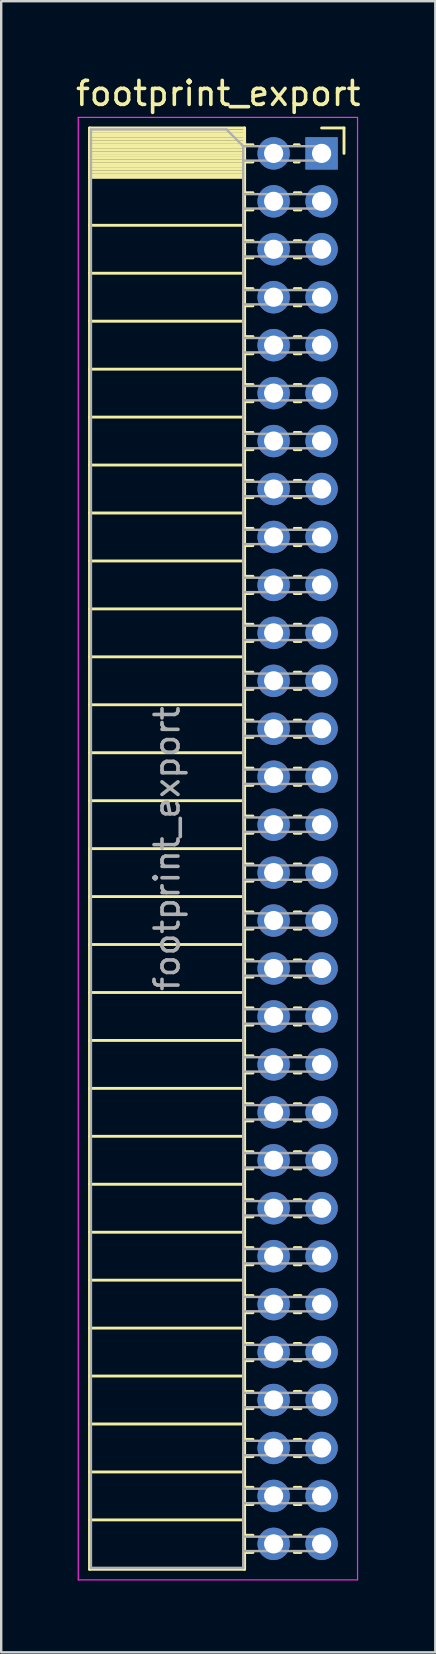
<source format=kicad_pcb>
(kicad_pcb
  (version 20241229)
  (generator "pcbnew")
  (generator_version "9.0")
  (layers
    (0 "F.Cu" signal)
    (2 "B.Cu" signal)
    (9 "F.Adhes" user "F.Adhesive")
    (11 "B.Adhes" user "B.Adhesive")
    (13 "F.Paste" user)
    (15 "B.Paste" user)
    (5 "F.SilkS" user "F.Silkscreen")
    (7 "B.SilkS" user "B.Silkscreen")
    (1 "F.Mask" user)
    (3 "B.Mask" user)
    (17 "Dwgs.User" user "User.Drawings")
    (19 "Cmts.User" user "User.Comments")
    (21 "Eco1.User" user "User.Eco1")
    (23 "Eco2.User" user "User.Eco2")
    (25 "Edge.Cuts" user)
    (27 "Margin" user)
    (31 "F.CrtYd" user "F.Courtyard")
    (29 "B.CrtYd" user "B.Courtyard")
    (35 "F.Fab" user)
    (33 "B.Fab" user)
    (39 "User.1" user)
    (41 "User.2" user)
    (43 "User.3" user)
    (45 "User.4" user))
  (footprint "footprint_export"
    (layer "F.Cu")
    (at 10.364 3.348)
    (property "Reference" "footprint_export" (at -4.31 -2.5 0) (layer "F.SilkS") (effects (font (size 1 1) (thickness 0.15))))
    (attr through_hole)
    (fp_line (start -9.68 -1.06) (end -9.68 59.06) (stroke (width 0.12) (type solid)) (layer "F.SilkS"))
    (fp_line (start -9.68 -1.06) (end -3.21 -1.06) (stroke (width 0.12) (type solid)) (layer "F.SilkS"))
    (fp_line (start -9.68 -0.94) (end -3.21 -0.94) (stroke (width 0.12) (type solid)) (layer "F.SilkS"))
    (fp_line (start -9.68 -0.826) (end -3.21 -0.826) (stroke (width 0.12) (type solid)) (layer "F.SilkS"))
    (fp_line (start -9.68 -0.712) (end -3.21 -0.712) (stroke (width 0.12) (type solid)) (layer "F.SilkS"))
    (fp_line (start -9.68 -0.598) (end -3.21 -0.598) (stroke (width 0.12) (type solid)) (layer "F.SilkS"))
    (fp_line (start -9.68 -0.484) (end -3.21 -0.484) (stroke (width 0.12) (type solid)) (layer "F.SilkS"))
    (fp_line (start -9.68 -0.369) (end -3.21 -0.369) (stroke (width 0.12) (type solid)) (layer "F.SilkS"))
    (fp_line (start -9.68 -0.255) (end -3.21 -0.255) (stroke (width 0.12) (type solid)) (layer "F.SilkS"))
    (fp_line (start -9.68 -0.141) (end -3.21 -0.141) (stroke (width 0.12) (type solid)) (layer "F.SilkS"))
    (fp_line (start -9.68 -0.027) (end -3.21 -0.027) (stroke (width 0.12) (type solid)) (layer "F.SilkS"))
    (fp_line (start -9.68 0.087) (end -3.21 0.087) (stroke (width 0.12) (type solid)) (layer "F.SilkS"))
    (fp_line (start -9.68 0.201) (end -3.21 0.201) (stroke (width 0.12) (type solid)) (layer "F.SilkS"))
    (fp_line (start -9.68 0.315) (end -3.21 0.315) (stroke (width 0.12) (type solid)) (layer "F.SilkS"))
    (fp_line (start -9.68 0.429) (end -3.21 0.429) (stroke (width 0.12) (type solid)) (layer "F.SilkS"))
    (fp_line (start -9.68 0.544) (end -3.21 0.544) (stroke (width 0.12) (type solid)) (layer "F.SilkS"))
    (fp_line (start -9.68 0.658) (end -3.21 0.658) (stroke (width 0.12) (type solid)) (layer "F.SilkS"))
    (fp_line (start -9.68 0.772) (end -3.21 0.772) (stroke (width 0.12) (type solid)) (layer "F.SilkS"))
    (fp_line (start -9.68 0.886) (end -3.21 0.886) (stroke (width 0.12) (type solid)) (layer "F.SilkS"))
    (fp_line (start -9.68 1) (end -3.21 1) (stroke (width 0.12) (type solid)) (layer "F.SilkS"))
    (fp_line (start -9.68 3) (end -3.21 3) (stroke (width 0.12) (type solid)) (layer "F.SilkS"))
    (fp_line (start -9.68 5) (end -3.21 5) (stroke (width 0.12) (type solid)) (layer "F.SilkS"))
    (fp_line (start -9.68 7) (end -3.21 7) (stroke (width 0.12) (type solid)) (layer "F.SilkS"))
    (fp_line (start -9.68 9) (end -3.21 9) (stroke (width 0.12) (type solid)) (layer "F.SilkS"))
    (fp_line (start -9.68 11) (end -3.21 11) (stroke (width 0.12) (type solid)) (layer "F.SilkS"))
    (fp_line (start -9.68 13) (end -3.21 13) (stroke (width 0.12) (type solid)) (layer "F.SilkS"))
    (fp_line (start -9.68 15) (end -3.21 15) (stroke (width 0.12) (type solid)) (layer "F.SilkS"))
    (fp_line (start -9.68 17) (end -3.21 17) (stroke (width 0.12) (type solid)) (layer "F.SilkS"))
    (fp_line (start -9.68 19) (end -3.21 19) (stroke (width 0.12) (type solid)) (layer "F.SilkS"))
    (fp_line (start -9.68 21) (end -3.21 21) (stroke (width 0.12) (type solid)) (layer "F.SilkS"))
    (fp_line (start -9.68 23) (end -3.21 23) (stroke (width 0.12) (type solid)) (layer "F.SilkS"))
    (fp_line (start -9.68 25) (end -3.21 25) (stroke (width 0.12) (type solid)) (layer "F.SilkS"))
    (fp_line (start -9.68 27) (end -3.21 27) (stroke (width 0.12) (type solid)) (layer "F.SilkS"))
    (fp_line (start -9.68 29) (end -3.21 29) (stroke (width 0.12) (type solid)) (layer "F.SilkS"))
    (fp_line (start -9.68 31) (end -3.21 31) (stroke (width 0.12) (type solid)) (layer "F.SilkS"))
    (fp_line (start -9.68 33) (end -3.21 33) (stroke (width 0.12) (type solid)) (layer "F.SilkS"))
    (fp_line (start -9.68 35) (end -3.21 35) (stroke (width 0.12) (type solid)) (layer "F.SilkS"))
    (fp_line (start -9.68 37) (end -3.21 37) (stroke (width 0.12) (type solid)) (layer "F.SilkS"))
    (fp_line (start -9.68 39) (end -3.21 39) (stroke (width 0.12) (type solid)) (layer "F.SilkS"))
    (fp_line (start -9.68 41) (end -3.21 41) (stroke (width 0.12) (type solid)) (layer "F.SilkS"))
    (fp_line (start -9.68 43) (end -3.21 43) (stroke (width 0.12) (type solid)) (layer "F.SilkS"))
    (fp_line (start -9.68 45) (end -3.21 45) (stroke (width 0.12) (type solid)) (layer "F.SilkS"))
    (fp_line (start -9.68 47) (end -3.21 47) (stroke (width 0.12) (type solid)) (layer "F.SilkS"))
    (fp_line (start -9.68 49) (end -3.21 49) (stroke (width 0.12) (type solid)) (layer "F.SilkS"))
    (fp_line (start -9.68 51) (end -3.21 51) (stroke (width 0.12) (type solid)) (layer "F.SilkS"))
    (fp_line (start -9.68 53) (end -3.21 53) (stroke (width 0.12) (type solid)) (layer "F.SilkS"))
    (fp_line (start -9.68 55) (end -3.21 55) (stroke (width 0.12) (type solid)) (layer "F.SilkS"))
    (fp_line (start -9.68 57) (end -3.21 57) (stroke (width 0.12) (type solid)) (layer "F.SilkS"))
    (fp_line (start -9.68 59.06) (end -3.21 59.06) (stroke (width 0.12) (type solid)) (layer "F.SilkS"))
    (fp_line (start -3.21 -1.06) (end -3.21 59.06) (stroke (width 0.12) (type solid)) (layer "F.SilkS"))
    (fp_line (start -3.21 -0.36) (end -2.863 -0.36) (stroke (width 0.12) (type solid)) (layer "F.SilkS"))
    (fp_line (start -3.21 0.36) (end -2.863 0.36) (stroke (width 0.12) (type solid)) (layer "F.SilkS"))
    (fp_line (start -3.21 1.64) (end -2.863 1.64) (stroke (width 0.12) (type solid)) (layer "F.SilkS"))
    (fp_line (start -3.21 2.36) (end -2.863 2.36) (stroke (width 0.12) (type solid)) (layer "F.SilkS"))
    (fp_line (start -3.21 3.64) (end -2.863 3.64) (stroke (width 0.12) (type solid)) (layer "F.SilkS"))
    (fp_line (start -3.21 4.36) (end -2.863 4.36) (stroke (width 0.12) (type solid)) (layer "F.SilkS"))
    (fp_line (start -3.21 5.64) (end -2.863 5.64) (stroke (width 0.12) (type solid)) (layer "F.SilkS"))
    (fp_line (start -3.21 6.36) (end -2.863 6.36) (stroke (width 0.12) (type solid)) (layer "F.SilkS"))
    (fp_line (start -3.21 7.64) (end -2.863 7.64) (stroke (width 0.12) (type solid)) (layer "F.SilkS"))
    (fp_line (start -3.21 8.36) (end -2.863 8.36) (stroke (width 0.12) (type solid)) (layer "F.SilkS"))
    (fp_line (start -3.21 9.64) (end -2.863 9.64) (stroke (width 0.12) (type solid)) (layer "F.SilkS"))
    (fp_line (start -3.21 10.36) (end -2.863 10.36) (stroke (width 0.12) (type solid)) (layer "F.SilkS"))
    (fp_line (start -3.21 11.64) (end -2.863 11.64) (stroke (width 0.12) (type solid)) (layer "F.SilkS"))
    (fp_line (start -3.21 12.36) (end -2.863 12.36) (stroke (width 0.12) (type solid)) (layer "F.SilkS"))
    (fp_line (start -3.21 13.64) (end -2.863 13.64) (stroke (width 0.12) (type solid)) (layer "F.SilkS"))
    (fp_line (start -3.21 14.36) (end -2.863 14.36) (stroke (width 0.12) (type solid)) (layer "F.SilkS"))
    (fp_line (start -3.21 15.64) (end -2.863 15.64) (stroke (width 0.12) (type solid)) (layer "F.SilkS"))
    (fp_line (start -3.21 16.36) (end -2.863 16.36) (stroke (width 0.12) (type solid)) (layer "F.SilkS"))
    (fp_line (start -3.21 17.64) (end -2.863 17.64) (stroke (width 0.12) (type solid)) (layer "F.SilkS"))
    (fp_line (start -3.21 18.36) (end -2.863 18.36) (stroke (width 0.12) (type solid)) (layer "F.SilkS"))
    (fp_line (start -3.21 19.64) (end -2.863 19.64) (stroke (width 0.12) (type solid)) (layer "F.SilkS"))
    (fp_line (start -3.21 20.36) (end -2.863 20.36) (stroke (width 0.12) (type solid)) (layer "F.SilkS"))
    (fp_line (start -3.21 21.64) (end -2.863 21.64) (stroke (width 0.12) (type solid)) (layer "F.SilkS"))
    (fp_line (start -3.21 22.36) (end -2.863 22.36) (stroke (width 0.12) (type solid)) (layer "F.SilkS"))
    (fp_line (start -3.21 23.64) (end -2.863 23.64) (stroke (width 0.12) (type solid)) (layer "F.SilkS"))
    (fp_line (start -3.21 24.36) (end -2.863 24.36) (stroke (width 0.12) (type solid)) (layer "F.SilkS"))
    (fp_line (start -3.21 25.64) (end -2.863 25.64) (stroke (width 0.12) (type solid)) (layer "F.SilkS"))
    (fp_line (start -3.21 26.36) (end -2.863 26.36) (stroke (width 0.12) (type solid)) (layer "F.SilkS"))
    (fp_line (start -3.21 27.64) (end -2.863 27.64) (stroke (width 0.12) (type solid)) (layer "F.SilkS"))
    (fp_line (start -3.21 28.36) (end -2.863 28.36) (stroke (width 0.12) (type solid)) (layer "F.SilkS"))
    (fp_line (start -3.21 29.64) (end -2.863 29.64) (stroke (width 0.12) (type solid)) (layer "F.SilkS"))
    (fp_line (start -3.21 30.36) (end -2.863 30.36) (stroke (width 0.12) (type solid)) (layer "F.SilkS"))
    (fp_line (start -3.21 31.64) (end -2.863 31.64) (stroke (width 0.12) (type solid)) (layer "F.SilkS"))
    (fp_line (start -3.21 32.36) (end -2.863 32.36) (stroke (width 0.12) (type solid)) (layer "F.SilkS"))
    (fp_line (start -3.21 33.64) (end -2.863 33.64) (stroke (width 0.12) (type solid)) (layer "F.SilkS"))
    (fp_line (start -3.21 34.36) (end -2.863 34.36) (stroke (width 0.12) (type solid)) (layer "F.SilkS"))
    (fp_line (start -3.21 35.64) (end -2.863 35.64) (stroke (width 0.12) (type solid)) (layer "F.SilkS"))
    (fp_line (start -3.21 36.36) (end -2.863 36.36) (stroke (width 0.12) (type solid)) (layer "F.SilkS"))
    (fp_line (start -3.21 37.64) (end -2.863 37.64) (stroke (width 0.12) (type solid)) (layer "F.SilkS"))
    (fp_line (start -3.21 38.36) (end -2.863 38.36) (stroke (width 0.12) (type solid)) (layer "F.SilkS"))
    (fp_line (start -3.21 39.64) (end -2.863 39.64) (stroke (width 0.12) (type solid)) (layer "F.SilkS"))
    (fp_line (start -3.21 40.36) (end -2.863 40.36) (stroke (width 0.12) (type solid)) (layer "F.SilkS"))
    (fp_line (start -3.21 41.64) (end -2.863 41.64) (stroke (width 0.12) (type solid)) (layer "F.SilkS"))
    (fp_line (start -3.21 42.36) (end -2.863 42.36) (stroke (width 0.12) (type solid)) (layer "F.SilkS"))
    (fp_line (start -3.21 43.64) (end -2.863 43.64) (stroke (width 0.12) (type solid)) (layer "F.SilkS"))
    (fp_line (start -3.21 44.36) (end -2.863 44.36) (stroke (width 0.12) (type solid)) (layer "F.SilkS"))
    (fp_line (start -3.21 45.64) (end -2.863 45.64) (stroke (width 0.12) (type solid)) (layer "F.SilkS"))
    (fp_line (start -3.21 46.36) (end -2.863 46.36) (stroke (width 0.12) (type solid)) (layer "F.SilkS"))
    (fp_line (start -3.21 47.64) (end -2.863 47.64) (stroke (width 0.12) (type solid)) (layer "F.SilkS"))
    (fp_line (start -3.21 48.36) (end -2.863 48.36) (stroke (width 0.12) (type solid)) (layer "F.SilkS"))
    (fp_line (start -3.21 49.64) (end -2.863 49.64) (stroke (width 0.12) (type solid)) (layer "F.SilkS"))
    (fp_line (start -3.21 50.36) (end -2.863 50.36) (stroke (width 0.12) (type solid)) (layer "F.SilkS"))
    (fp_line (start -3.21 51.64) (end -2.863 51.64) (stroke (width 0.12) (type solid)) (layer "F.SilkS"))
    (fp_line (start -3.21 52.36) (end -2.863 52.36) (stroke (width 0.12) (type solid)) (layer "F.SilkS"))
    (fp_line (start -3.21 53.64) (end -2.863 53.64) (stroke (width 0.12) (type solid)) (layer "F.SilkS"))
    (fp_line (start -3.21 54.36) (end -2.863 54.36) (stroke (width 0.12) (type solid)) (layer "F.SilkS"))
    (fp_line (start -3.21 55.64) (end -2.863 55.64) (stroke (width 0.12) (type solid)) (layer "F.SilkS"))
    (fp_line (start -3.21 56.36) (end -2.863 56.36) (stroke (width 0.12) (type solid)) (layer "F.SilkS"))
    (fp_line (start -3.21 57.64) (end -2.863 57.64) (stroke (width 0.12) (type solid)) (layer "F.SilkS"))
    (fp_line (start -3.21 58.36) (end -2.863 58.36) (stroke (width 0.12) (type solid)) (layer "F.SilkS"))
    (fp_line (start -1.137 -0.36) (end -0.935 -0.36) (stroke (width 0.12) (type solid)) (layer "F.SilkS"))
    (fp_line (start -1.137 0.36) (end -0.935 0.36) (stroke (width 0.12) (type solid)) (layer "F.SilkS"))
    (fp_line (start -1.137 1.64) (end -0.863 1.64) (stroke (width 0.12) (type solid)) (layer "F.SilkS"))
    (fp_line (start -1.137 2.36) (end -0.863 2.36) (stroke (width 0.12) (type solid)) (layer "F.SilkS"))
    (fp_line (start -1.137 3.64) (end -0.863 3.64) (stroke (width 0.12) (type solid)) (layer "F.SilkS"))
    (fp_line (start -1.137 4.36) (end -0.863 4.36) (stroke (width 0.12) (type solid)) (layer "F.SilkS"))
    (fp_line (start -1.137 5.64) (end -0.863 5.64) (stroke (width 0.12) (type solid)) (layer "F.SilkS"))
    (fp_line (start -1.137 6.36) (end -0.863 6.36) (stroke (width 0.12) (type solid)) (layer "F.SilkS"))
    (fp_line (start -1.137 7.64) (end -0.863 7.64) (stroke (width 0.12) (type solid)) (layer "F.SilkS"))
    (fp_line (start -1.137 8.36) (end -0.863 8.36) (stroke (width 0.12) (type solid)) (layer "F.SilkS"))
    (fp_line (start -1.137 9.64) (end -0.863 9.64) (stroke (width 0.12) (type solid)) (layer "F.SilkS"))
    (fp_line (start -1.137 10.36) (end -0.863 10.36) (stroke (width 0.12) (type solid)) (layer "F.SilkS"))
    (fp_line (start -1.137 11.64) (end -0.863 11.64) (stroke (width 0.12) (type solid)) (layer "F.SilkS"))
    (fp_line (start -1.137 12.36) (end -0.863 12.36) (stroke (width 0.12) (type solid)) (layer "F.SilkS"))
    (fp_line (start -1.137 13.64) (end -0.863 13.64) (stroke (width 0.12) (type solid)) (layer "F.SilkS"))
    (fp_line (start -1.137 14.36) (end -0.863 14.36) (stroke (width 0.12) (type solid)) (layer "F.SilkS"))
    (fp_line (start -1.137 15.64) (end -0.863 15.64) (stroke (width 0.12) (type solid)) (layer "F.SilkS"))
    (fp_line (start -1.137 16.36) (end -0.863 16.36) (stroke (width 0.12) (type solid)) (layer "F.SilkS"))
    (fp_line (start -1.137 17.64) (end -0.863 17.64) (stroke (width 0.12) (type solid)) (layer "F.SilkS"))
    (fp_line (start -1.137 18.36) (end -0.863 18.36) (stroke (width 0.12) (type solid)) (layer "F.SilkS"))
    (fp_line (start -1.137 19.64) (end -0.863 19.64) (stroke (width 0.12) (type solid)) (layer "F.SilkS"))
    (fp_line (start -1.137 20.36) (end -0.863 20.36) (stroke (width 0.12) (type solid)) (layer "F.SilkS"))
    (fp_line (start -1.137 21.64) (end -0.863 21.64) (stroke (width 0.12) (type solid)) (layer "F.SilkS"))
    (fp_line (start -1.137 22.36) (end -0.863 22.36) (stroke (width 0.12) (type solid)) (layer "F.SilkS"))
    (fp_line (start -1.137 23.64) (end -0.863 23.64) (stroke (width 0.12) (type solid)) (layer "F.SilkS"))
    (fp_line (start -1.137 24.36) (end -0.863 24.36) (stroke (width 0.12) (type solid)) (layer "F.SilkS"))
    (fp_line (start -1.137 25.64) (end -0.863 25.64) (stroke (width 0.12) (type solid)) (layer "F.SilkS"))
    (fp_line (start -1.137 26.36) (end -0.863 26.36) (stroke (width 0.12) (type solid)) (layer "F.SilkS"))
    (fp_line (start -1.137 27.64) (end -0.863 27.64) (stroke (width 0.12) (type solid)) (layer "F.SilkS"))
    (fp_line (start -1.137 28.36) (end -0.863 28.36) (stroke (width 0.12) (type solid)) (layer "F.SilkS"))
    (fp_line (start -1.137 29.64) (end -0.863 29.64) (stroke (width 0.12) (type solid)) (layer "F.SilkS"))
    (fp_line (start -1.137 30.36) (end -0.863 30.36) (stroke (width 0.12) (type solid)) (layer "F.SilkS"))
    (fp_line (start -1.137 31.64) (end -0.863 31.64) (stroke (width 0.12) (type solid)) (layer "F.SilkS"))
    (fp_line (start -1.137 32.36) (end -0.863 32.36) (stroke (width 0.12) (type solid)) (layer "F.SilkS"))
    (fp_line (start -1.137 33.64) (end -0.863 33.64) (stroke (width 0.12) (type solid)) (layer "F.SilkS"))
    (fp_line (start -1.137 34.36) (end -0.863 34.36) (stroke (width 0.12) (type solid)) (layer "F.SilkS"))
    (fp_line (start -1.137 35.64) (end -0.863 35.64) (stroke (width 0.12) (type solid)) (layer "F.SilkS"))
    (fp_line (start -1.137 36.36) (end -0.863 36.36) (stroke (width 0.12) (type solid)) (layer "F.SilkS"))
    (fp_line (start -1.137 37.64) (end -0.863 37.64) (stroke (width 0.12) (type solid)) (layer "F.SilkS"))
    (fp_line (start -1.137 38.36) (end -0.863 38.36) (stroke (width 0.12) (type solid)) (layer "F.SilkS"))
    (fp_line (start -1.137 39.64) (end -0.863 39.64) (stroke (width 0.12) (type solid)) (layer "F.SilkS"))
    (fp_line (start -1.137 40.36) (end -0.863 40.36) (stroke (width 0.12) (type solid)) (layer "F.SilkS"))
    (fp_line (start -1.137 41.64) (end -0.863 41.64) (stroke (width 0.12) (type solid)) (layer "F.SilkS"))
    (fp_line (start -1.137 42.36) (end -0.863 42.36) (stroke (width 0.12) (type solid)) (layer "F.SilkS"))
    (fp_line (start -1.137 43.64) (end -0.863 43.64) (stroke (width 0.12) (type solid)) (layer "F.SilkS"))
    (fp_line (start -1.137 44.36) (end -0.863 44.36) (stroke (width 0.12) (type solid)) (layer "F.SilkS"))
    (fp_line (start -1.137 45.64) (end -0.863 45.64) (stroke (width 0.12) (type solid)) (layer "F.SilkS"))
    (fp_line (start -1.137 46.36) (end -0.863 46.36) (stroke (width 0.12) (type solid)) (layer "F.SilkS"))
    (fp_line (start -1.137 47.64) (end -0.863 47.64) (stroke (width 0.12) (type solid)) (layer "F.SilkS"))
    (fp_line (start -1.137 48.36) (end -0.863 48.36) (stroke (width 0.12) (type solid)) (layer "F.SilkS"))
    (fp_line (start -1.137 49.64) (end -0.863 49.64) (stroke (width 0.12) (type solid)) (layer "F.SilkS"))
    (fp_line (start -1.137 50.36) (end -0.863 50.36) (stroke (width 0.12) (type solid)) (layer "F.SilkS"))
    (fp_line (start -1.137 51.64) (end -0.863 51.64) (stroke (width 0.12) (type solid)) (layer "F.SilkS"))
    (fp_line (start -1.137 52.36) (end -0.863 52.36) (stroke (width 0.12) (type solid)) (layer "F.SilkS"))
    (fp_line (start -1.137 53.64) (end -0.863 53.64) (stroke (width 0.12) (type solid)) (layer "F.SilkS"))
    (fp_line (start -1.137 54.36) (end -0.863 54.36) (stroke (width 0.12) (type solid)) (layer "F.SilkS"))
    (fp_line (start -1.137 55.64) (end -0.863 55.64) (stroke (width 0.12) (type solid)) (layer "F.SilkS"))
    (fp_line (start -1.137 56.36) (end -0.863 56.36) (stroke (width 0.12) (type solid)) (layer "F.SilkS"))
    (fp_line (start -1.137 57.64) (end -0.863 57.64) (stroke (width 0.12) (type solid)) (layer "F.SilkS"))
    (fp_line (start -1.137 58.36) (end -0.863 58.36) (stroke (width 0.12) (type solid)) (layer "F.SilkS"))
    (fp_line (start 0 -1.06) (end 0.935 -1.06) (stroke (width 0.12) (type solid)) (layer "F.SilkS"))
    (fp_line (start 0.935 -1.06) (end 0.935 0) (stroke (width 0.12) (type solid)) (layer "F.SilkS"))
    (fp_line (start -10.15 -1.5) (end -10.15 59.5) (stroke (width 0.05) (type solid)) (layer "F.CrtYd"))
    (fp_line (start -10.15 59.5) (end 1.5 59.5) (stroke (width 0.05) (type solid)) (layer "F.CrtYd"))
    (fp_line (start 1.5 -1.5) (end -10.15 -1.5) (stroke (width 0.05) (type solid)) (layer "F.CrtYd"))
    (fp_line (start 1.5 59.5) (end 1.5 -1.5) (stroke (width 0.05) (type solid)) (layer "F.CrtYd"))
    (fp_line (start -9.62 -1) (end -3.97 -1) (stroke (width 0.1) (type solid)) (layer "F.Fab"))
    (fp_line (start -9.62 59) (end -9.62 -1) (stroke (width 0.1) (type solid)) (layer "F.Fab"))
    (fp_line (start -3.97 -1) (end -3.27 -0.3) (stroke (width 0.1) (type solid)) (layer "F.Fab"))
    (fp_line (start -3.27 -0.3) (end -3.27 59) (stroke (width 0.1) (type solid)) (layer "F.Fab"))
    (fp_line (start -3.27 0.3) (end 0 0.3) (stroke (width 0.1) (type solid)) (layer "F.Fab"))
    (fp_line (start -3.27 2.3) (end 0 2.3) (stroke (width 0.1) (type solid)) (layer "F.Fab"))
    (fp_line (start -3.27 4.3) (end 0 4.3) (stroke (width 0.1) (type solid)) (layer "F.Fab"))
    (fp_line (start -3.27 6.3) (end 0 6.3) (stroke (width 0.1) (type solid)) (layer "F.Fab"))
    (fp_line (start -3.27 8.3) (end 0 8.3) (stroke (width 0.1) (type solid)) (layer "F.Fab"))
    (fp_line (start -3.27 10.3) (end 0 10.3) (stroke (width 0.1) (type solid)) (layer "F.Fab"))
    (fp_line (start -3.27 12.3) (end 0 12.3) (stroke (width 0.1) (type solid)) (layer "F.Fab"))
    (fp_line (start -3.27 14.3) (end 0 14.3) (stroke (width 0.1) (type solid)) (layer "F.Fab"))
    (fp_line (start -3.27 16.3) (end 0 16.3) (stroke (width 0.1) (type solid)) (layer "F.Fab"))
    (fp_line (start -3.27 18.3) (end 0 18.3) (stroke (width 0.1) (type solid)) (layer "F.Fab"))
    (fp_line (start -3.27 20.3) (end 0 20.3) (stroke (width 0.1) (type solid)) (layer "F.Fab"))
    (fp_line (start -3.27 22.3) (end 0 22.3) (stroke (width 0.1) (type solid)) (layer "F.Fab"))
    (fp_line (start -3.27 24.3) (end 0 24.3) (stroke (width 0.1) (type solid)) (layer "F.Fab"))
    (fp_line (start -3.27 26.3) (end 0 26.3) (stroke (width 0.1) (type solid)) (layer "F.Fab"))
    (fp_line (start -3.27 28.3) (end 0 28.3) (stroke (width 0.1) (type solid)) (layer "F.Fab"))
    (fp_line (start -3.27 30.3) (end 0 30.3) (stroke (width 0.1) (type solid)) (layer "F.Fab"))
    (fp_line (start -3.27 32.3) (end 0 32.3) (stroke (width 0.1) (type solid)) (layer "F.Fab"))
    (fp_line (start -3.27 34.3) (end 0 34.3) (stroke (width 0.1) (type solid)) (layer "F.Fab"))
    (fp_line (start -3.27 36.3) (end 0 36.3) (stroke (width 0.1) (type solid)) (layer "F.Fab"))
    (fp_line (start -3.27 38.3) (end 0 38.3) (stroke (width 0.1) (type solid)) (layer "F.Fab"))
    (fp_line (start -3.27 40.3) (end 0 40.3) (stroke (width 0.1) (type solid)) (layer "F.Fab"))
    (fp_line (start -3.27 42.3) (end 0 42.3) (stroke (width 0.1) (type solid)) (layer "F.Fab"))
    (fp_line (start -3.27 44.3) (end 0 44.3) (stroke (width 0.1) (type solid)) (layer "F.Fab"))
    (fp_line (start -3.27 46.3) (end 0 46.3) (stroke (width 0.1) (type solid)) (layer "F.Fab"))
    (fp_line (start -3.27 48.3) (end 0 48.3) (stroke (width 0.1) (type solid)) (layer "F.Fab"))
    (fp_line (start -3.27 50.3) (end 0 50.3) (stroke (width 0.1) (type solid)) (layer "F.Fab"))
    (fp_line (start -3.27 52.3) (end 0 52.3) (stroke (width 0.1) (type solid)) (layer "F.Fab"))
    (fp_line (start -3.27 54.3) (end 0 54.3) (stroke (width 0.1) (type solid)) (layer "F.Fab"))
    (fp_line (start -3.27 56.3) (end 0 56.3) (stroke (width 0.1) (type solid)) (layer "F.Fab"))
    (fp_line (start -3.27 58.3) (end 0 58.3) (stroke (width 0.1) (type solid)) (layer "F.Fab"))
    (fp_line (start -3.27 59) (end -9.62 59) (stroke (width 0.1) (type solid)) (layer "F.Fab"))
    (fp_line (start 0 -0.3) (end -3.27 -0.3) (stroke (width 0.1) (type solid)) (layer "F.Fab"))
    (fp_line (start 0 0.3) (end 0 -0.3) (stroke (width 0.1) (type solid)) (layer "F.Fab"))
    (fp_line (start 0 1.7) (end -3.27 1.7) (stroke (width 0.1) (type solid)) (layer "F.Fab"))
    (fp_line (start 0 2.3) (end 0 1.7) (stroke (width 0.1) (type solid)) (layer "F.Fab"))
    (fp_line (start 0 3.7) (end -3.27 3.7) (stroke (width 0.1) (type solid)) (layer "F.Fab"))
    (fp_line (start 0 4.3) (end 0 3.7) (stroke (width 0.1) (type solid)) (layer "F.Fab"))
    (fp_line (start 0 5.7) (end -3.27 5.7) (stroke (width 0.1) (type solid)) (layer "F.Fab"))
    (fp_line (start 0 6.3) (end 0 5.7) (stroke (width 0.1) (type solid)) (layer "F.Fab"))
    (fp_line (start 0 7.7) (end -3.27 7.7) (stroke (width 0.1) (type solid)) (layer "F.Fab"))
    (fp_line (start 0 8.3) (end 0 7.7) (stroke (width 0.1) (type solid)) (layer "F.Fab"))
    (fp_line (start 0 9.7) (end -3.27 9.7) (stroke (width 0.1) (type solid)) (layer "F.Fab"))
    (fp_line (start 0 10.3) (end 0 9.7) (stroke (width 0.1) (type solid)) (layer "F.Fab"))
    (fp_line (start 0 11.7) (end -3.27 11.7) (stroke (width 0.1) (type solid)) (layer "F.Fab"))
    (fp_line (start 0 12.3) (end 0 11.7) (stroke (width 0.1) (type solid)) (layer "F.Fab"))
    (fp_line (start 0 13.7) (end -3.27 13.7) (stroke (width 0.1) (type solid)) (layer "F.Fab"))
    (fp_line (start 0 14.3) (end 0 13.7) (stroke (width 0.1) (type solid)) (layer "F.Fab"))
    (fp_line (start 0 15.7) (end -3.27 15.7) (stroke (width 0.1) (type solid)) (layer "F.Fab"))
    (fp_line (start 0 16.3) (end 0 15.7) (stroke (width 0.1) (type solid)) (layer "F.Fab"))
    (fp_line (start 0 17.7) (end -3.27 17.7) (stroke (width 0.1) (type solid)) (layer "F.Fab"))
    (fp_line (start 0 18.3) (end 0 17.7) (stroke (width 0.1) (type solid)) (layer "F.Fab"))
    (fp_line (start 0 19.7) (end -3.27 19.7) (stroke (width 0.1) (type solid)) (layer "F.Fab"))
    (fp_line (start 0 20.3) (end 0 19.7) (stroke (width 0.1) (type solid)) (layer "F.Fab"))
    (fp_line (start 0 21.7) (end -3.27 21.7) (stroke (width 0.1) (type solid)) (layer "F.Fab"))
    (fp_line (start 0 22.3) (end 0 21.7) (stroke (width 0.1) (type solid)) (layer "F.Fab"))
    (fp_line (start 0 23.7) (end -3.27 23.7) (stroke (width 0.1) (type solid)) (layer "F.Fab"))
    (fp_line (start 0 24.3) (end 0 23.7) (stroke (width 0.1) (type solid)) (layer "F.Fab"))
    (fp_line (start 0 25.7) (end -3.27 25.7) (stroke (width 0.1) (type solid)) (layer "F.Fab"))
    (fp_line (start 0 26.3) (end 0 25.7) (stroke (width 0.1) (type solid)) (layer "F.Fab"))
    (fp_line (start 0 27.7) (end -3.27 27.7) (stroke (width 0.1) (type solid)) (layer "F.Fab"))
    (fp_line (start 0 28.3) (end 0 27.7) (stroke (width 0.1) (type solid)) (layer "F.Fab"))
    (fp_line (start 0 29.7) (end -3.27 29.7) (stroke (width 0.1) (type solid)) (layer "F.Fab"))
    (fp_line (start 0 30.3) (end 0 29.7) (stroke (width 0.1) (type solid)) (layer "F.Fab"))
    (fp_line (start 0 31.7) (end -3.27 31.7) (stroke (width 0.1) (type solid)) (layer "F.Fab"))
    (fp_line (start 0 32.3) (end 0 31.7) (stroke (width 0.1) (type solid)) (layer "F.Fab"))
    (fp_line (start 0 33.7) (end -3.27 33.7) (stroke (width 0.1) (type solid)) (layer "F.Fab"))
    (fp_line (start 0 34.3) (end 0 33.7) (stroke (width 0.1) (type solid)) (layer "F.Fab"))
    (fp_line (start 0 35.7) (end -3.27 35.7) (stroke (width 0.1) (type solid)) (layer "F.Fab"))
    (fp_line (start 0 36.3) (end 0 35.7) (stroke (width 0.1) (type solid)) (layer "F.Fab"))
    (fp_line (start 0 37.7) (end -3.27 37.7) (stroke (width 0.1) (type solid)) (layer "F.Fab"))
    (fp_line (start 0 38.3) (end 0 37.7) (stroke (width 0.1) (type solid)) (layer "F.Fab"))
    (fp_line (start 0 39.7) (end -3.27 39.7) (stroke (width 0.1) (type solid)) (layer "F.Fab"))
    (fp_line (start 0 40.3) (end 0 39.7) (stroke (width 0.1) (type solid)) (layer "F.Fab"))
    (fp_line (start 0 41.7) (end -3.27 41.7) (stroke (width 0.1) (type solid)) (layer "F.Fab"))
    (fp_line (start 0 42.3) (end 0 41.7) (stroke (width 0.1) (type solid)) (layer "F.Fab"))
    (fp_line (start 0 43.7) (end -3.27 43.7) (stroke (width 0.1) (type solid)) (layer "F.Fab"))
    (fp_line (start 0 44.3) (end 0 43.7) (stroke (width 0.1) (type solid)) (layer "F.Fab"))
    (fp_line (start 0 45.7) (end -3.27 45.7) (stroke (width 0.1) (type solid)) (layer "F.Fab"))
    (fp_line (start 0 46.3) (end 0 45.7) (stroke (width 0.1) (type solid)) (layer "F.Fab"))
    (fp_line (start 0 47.7) (end -3.27 47.7) (stroke (width 0.1) (type solid)) (layer "F.Fab"))
    (fp_line (start 0 48.3) (end 0 47.7) (stroke (width 0.1) (type solid)) (layer "F.Fab"))
    (fp_line (start 0 49.7) (end -3.27 49.7) (stroke (width 0.1) (type solid)) (layer "F.Fab"))
    (fp_line (start 0 50.3) (end 0 49.7) (stroke (width 0.1) (type solid)) (layer "F.Fab"))
    (fp_line (start 0 51.7) (end -3.27 51.7) (stroke (width 0.1) (type solid)) (layer "F.Fab"))
    (fp_line (start 0 52.3) (end 0 51.7) (stroke (width 0.1) (type solid)) (layer "F.Fab"))
    (fp_line (start 0 53.7) (end -3.27 53.7) (stroke (width 0.1) (type solid)) (layer "F.Fab"))
    (fp_line (start 0 54.3) (end 0 53.7) (stroke (width 0.1) (type solid)) (layer "F.Fab"))
    (fp_line (start 0 55.7) (end -3.27 55.7) (stroke (width 0.1) (type solid)) (layer "F.Fab"))
    (fp_line (start 0 56.3) (end 0 55.7) (stroke (width 0.1) (type solid)) (layer "F.Fab"))
    (fp_line (start 0 57.7) (end -3.27 57.7) (stroke (width 0.1) (type solid)) (layer "F.Fab"))
    (fp_line (start 0 58.3) (end 0 57.7) (stroke (width 0.1) (type solid)) (layer "F.Fab"))
    (fp_text user "${REFERENCE}" (at -6.445 29 90) (layer "F.Fab") (effects (font (size 1 1) (thickness 0.15))))
    (pad "1" thru_hole rect (at 0 0) (size 1.35 1.35) (drill 0.8) (layers "*.Cu" "*.Mask"))
    (pad "2" thru_hole oval (at -2 0) (size 1.35 1.35) (drill 0.8) (layers "*.Cu" "*.Mask"))
    (pad "3" thru_hole oval (at 0 2) (size 1.35 1.35) (drill 0.8) (layers "*.Cu" "*.Mask"))
    (pad "4" thru_hole oval (at -2 2) (size 1.35 1.35) (drill 0.8) (layers "*.Cu" "*.Mask"))
    (pad "5" thru_hole oval (at 0 4) (size 1.35 1.35) (drill 0.8) (layers "*.Cu" "*.Mask"))
    (pad "6" thru_hole oval (at -2 4) (size 1.35 1.35) (drill 0.8) (layers "*.Cu" "*.Mask"))
    (pad "7" thru_hole oval (at 0 6) (size 1.35 1.35) (drill 0.8) (layers "*.Cu" "*.Mask"))
    (pad "8" thru_hole oval (at -2 6) (size 1.35 1.35) (drill 0.8) (layers "*.Cu" "*.Mask"))
    (pad "9" thru_hole oval (at 0 8) (size 1.35 1.35) (drill 0.8) (layers "*.Cu" "*.Mask"))
    (pad "10" thru_hole oval (at -2 8) (size 1.35 1.35) (drill 0.8) (layers "*.Cu" "*.Mask"))
    (pad "11" thru_hole oval (at 0 10) (size 1.35 1.35) (drill 0.8) (layers "*.Cu" "*.Mask"))
    (pad "12" thru_hole oval (at -2 10) (size 1.35 1.35) (drill 0.8) (layers "*.Cu" "*.Mask"))
    (pad "13" thru_hole oval (at 0 12) (size 1.35 1.35) (drill 0.8) (layers "*.Cu" "*.Mask"))
    (pad "14" thru_hole oval (at -2 12) (size 1.35 1.35) (drill 0.8) (layers "*.Cu" "*.Mask"))
    (pad "15" thru_hole oval (at 0 14) (size 1.35 1.35) (drill 0.8) (layers "*.Cu" "*.Mask"))
    (pad "16" thru_hole oval (at -2 14) (size 1.35 1.35) (drill 0.8) (layers "*.Cu" "*.Mask"))
    (pad "17" thru_hole oval (at 0 16) (size 1.35 1.35) (drill 0.8) (layers "*.Cu" "*.Mask"))
    (pad "18" thru_hole oval (at -2 16) (size 1.35 1.35) (drill 0.8) (layers "*.Cu" "*.Mask"))
    (pad "19" thru_hole oval (at 0 18) (size 1.35 1.35) (drill 0.8) (layers "*.Cu" "*.Mask"))
    (pad "20" thru_hole oval (at -2 18) (size 1.35 1.35) (drill 0.8) (layers "*.Cu" "*.Mask"))
    (pad "21" thru_hole oval (at 0 20) (size 1.35 1.35) (drill 0.8) (layers "*.Cu" "*.Mask"))
    (pad "22" thru_hole oval (at -2 20) (size 1.35 1.35) (drill 0.8) (layers "*.Cu" "*.Mask"))
    (pad "23" thru_hole oval (at 0 22) (size 1.35 1.35) (drill 0.8) (layers "*.Cu" "*.Mask"))
    (pad "24" thru_hole oval (at -2 22) (size 1.35 1.35) (drill 0.8) (layers "*.Cu" "*.Mask"))
    (pad "25" thru_hole oval (at 0 24) (size 1.35 1.35) (drill 0.8) (layers "*.Cu" "*.Mask"))
    (pad "26" thru_hole oval (at -2 24) (size 1.35 1.35) (drill 0.8) (layers "*.Cu" "*.Mask"))
    (pad "27" thru_hole oval (at 0 26) (size 1.35 1.35) (drill 0.8) (layers "*.Cu" "*.Mask"))
    (pad "28" thru_hole oval (at -2 26) (size 1.35 1.35) (drill 0.8) (layers "*.Cu" "*.Mask"))
    (pad "29" thru_hole oval (at 0 28) (size 1.35 1.35) (drill 0.8) (layers "*.Cu" "*.Mask"))
    (pad "30" thru_hole oval (at -2 28) (size 1.35 1.35) (drill 0.8) (layers "*.Cu" "*.Mask"))
    (pad "31" thru_hole oval (at 0 30) (size 1.35 1.35) (drill 0.8) (layers "*.Cu" "*.Mask"))
    (pad "32" thru_hole oval (at -2 30) (size 1.35 1.35) (drill 0.8) (layers "*.Cu" "*.Mask"))
    (pad "33" thru_hole oval (at 0 32) (size 1.35 1.35) (drill 0.8) (layers "*.Cu" "*.Mask"))
    (pad "34" thru_hole oval (at -2 32) (size 1.35 1.35) (drill 0.8) (layers "*.Cu" "*.Mask"))
    (pad "35" thru_hole oval (at 0 34) (size 1.35 1.35) (drill 0.8) (layers "*.Cu" "*.Mask"))
    (pad "36" thru_hole oval (at -2 34) (size 1.35 1.35) (drill 0.8) (layers "*.Cu" "*.Mask"))
    (pad "37" thru_hole oval (at 0 36) (size 1.35 1.35) (drill 0.8) (layers "*.Cu" "*.Mask"))
    (pad "38" thru_hole oval (at -2 36) (size 1.35 1.35) (drill 0.8) (layers "*.Cu" "*.Mask"))
    (pad "39" thru_hole oval (at 0 38) (size 1.35 1.35) (drill 0.8) (layers "*.Cu" "*.Mask"))
    (pad "40" thru_hole oval (at -2 38) (size 1.35 1.35) (drill 0.8) (layers "*.Cu" "*.Mask"))
    (pad "41" thru_hole oval (at 0 40) (size 1.35 1.35) (drill 0.8) (layers "*.Cu" "*.Mask"))
    (pad "42" thru_hole oval (at -2 40) (size 1.35 1.35) (drill 0.8) (layers "*.Cu" "*.Mask"))
    (pad "43" thru_hole oval (at 0 42) (size 1.35 1.35) (drill 0.8) (layers "*.Cu" "*.Mask"))
    (pad "44" thru_hole oval (at -2 42) (size 1.35 1.35) (drill 0.8) (layers "*.Cu" "*.Mask"))
    (pad "45" thru_hole oval (at 0 44) (size 1.35 1.35) (drill 0.8) (layers "*.Cu" "*.Mask"))
    (pad "46" thru_hole oval (at -2 44) (size 1.35 1.35) (drill 0.8) (layers "*.Cu" "*.Mask"))
    (pad "47" thru_hole oval (at 0 46) (size 1.35 1.35) (drill 0.8) (layers "*.Cu" "*.Mask"))
    (pad "48" thru_hole oval (at -2 46) (size 1.35 1.35) (drill 0.8) (layers "*.Cu" "*.Mask"))
    (pad "49" thru_hole oval (at 0 48) (size 1.35 1.35) (drill 0.8) (layers "*.Cu" "*.Mask"))
    (pad "50" thru_hole oval (at -2 48) (size 1.35 1.35) (drill 0.8) (layers "*.Cu" "*.Mask"))
    (pad "51" thru_hole oval (at 0 50) (size 1.35 1.35) (drill 0.8) (layers "*.Cu" "*.Mask"))
    (pad "52" thru_hole oval (at -2 50) (size 1.35 1.35) (drill 0.8) (layers "*.Cu" "*.Mask"))
    (pad "53" thru_hole oval (at 0 52) (size 1.35 1.35) (drill 0.8) (layers "*.Cu" "*.Mask"))
    (pad "54" thru_hole oval (at -2 52) (size 1.35 1.35) (drill 0.8) (layers "*.Cu" "*.Mask"))
    (pad "55" thru_hole oval (at 0 54) (size 1.35 1.35) (drill 0.8) (layers "*.Cu" "*.Mask"))
    (pad "56" thru_hole oval (at -2 54) (size 1.35 1.35) (drill 0.8) (layers "*.Cu" "*.Mask"))
    (pad "57" thru_hole oval (at 0 56) (size 1.35 1.35) (drill 0.8) (layers "*.Cu" "*.Mask"))
    (pad "58" thru_hole oval (at -2 56) (size 1.35 1.35) (drill 0.8) (layers "*.Cu" "*.Mask"))
    (pad "59" thru_hole oval (at 0 58) (size 1.35 1.35) (drill 0.8) (layers "*.Cu" "*.Mask"))
    (pad "60" thru_hole oval (at -2 58) (size 1.35 1.35) (drill 0.8) (layers "*.Cu" "*.Mask")))
  (gr_rect
    (start -3 -3)
    (end 15.107 65.873)
    (stroke (width 0.1) (type default))
    (fill no)
    (layer "Edge.Cuts")))
</source>
